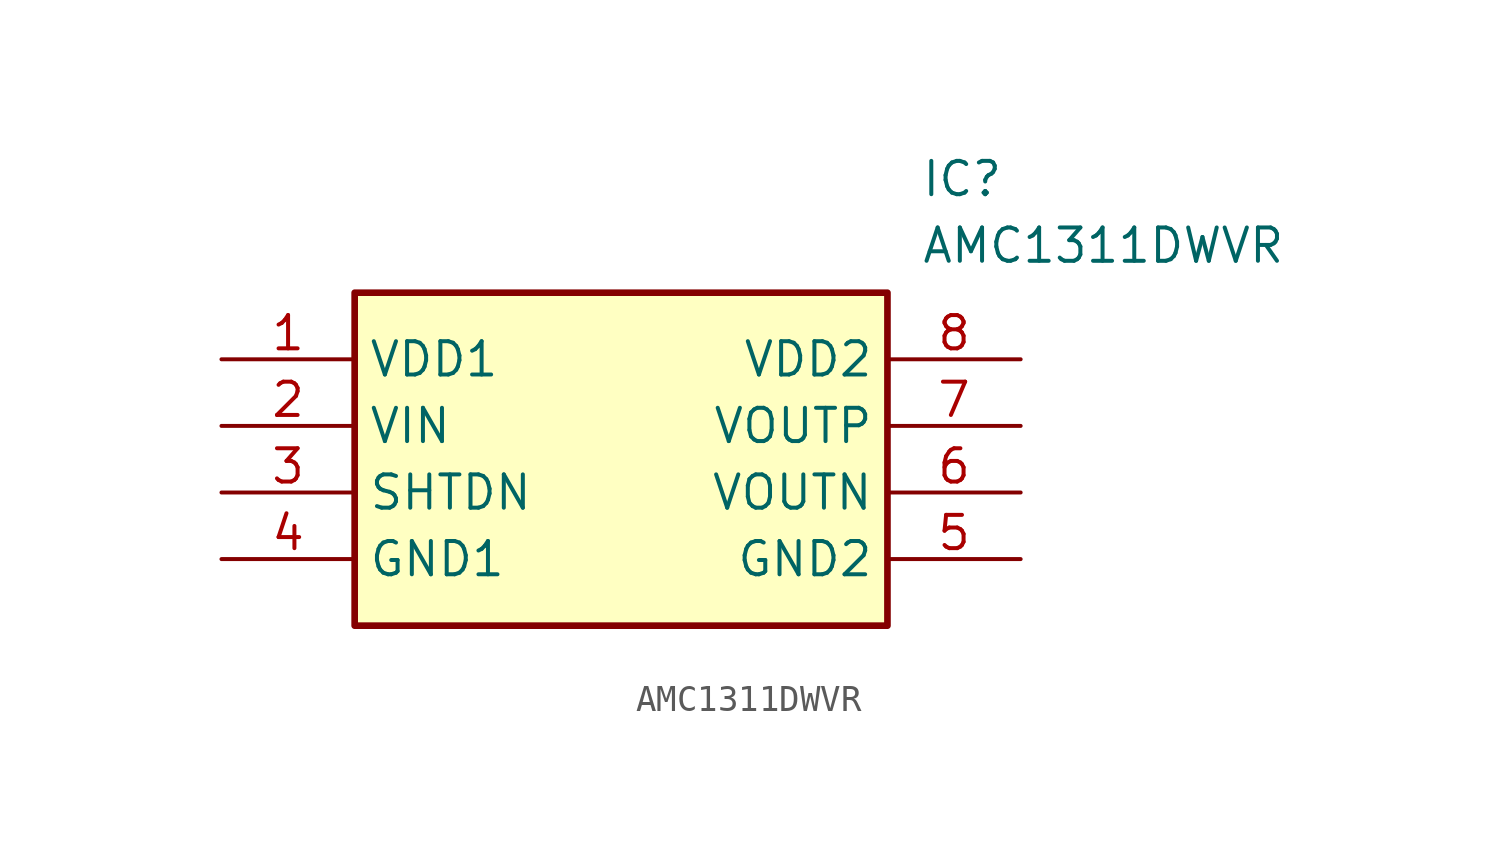
<source format=kicad_sym>
(kicad_symbol_lib
  (version 20211014)
  (generator SamacSys_ECAD_Model)
  (symbol "AMC1311DWVR"
    (property "Reference" "IC"
      (at 26.67 7.62 0)
      (effects (font (size 1.27 1.27)) (justify left top)))
    (property "Value" "AMC1311DWVR"
      (at 26.67 5.08 0)
      (effects (font (size 1.27 1.27)) (justify left top)))
    (rectangle
      (start 5.08 2.54)
      (end 25.4 -10.16)
      (stroke (width 0.254) (type default))
      (fill (type background)))
    (pin passive line
      (at 0 0 0)
      (length 5.08)
      (name "VDD1" (effects (font (size 1.27 1.27))))
      (number "1" (effects (font (size 1.27 1.27)))))
    (pin passive line
      (at 0 -2.54 0)
      (length 5.08)
      (name "VIN" (effects (font (size 1.27 1.27))))
      (number "2" (effects (font (size 1.27 1.27)))))
    (pin passive line
      (at 0 -5.08 0)
      (length 5.08)
      (name "SHTDN" (effects (font (size 1.27 1.27))))
      (number "3" (effects (font (size 1.27 1.27)))))
    (pin passive line
      (at 0 -7.62 0)
      (length 5.08)
      (name "GND1" (effects (font (size 1.27 1.27))))
      (number "4" (effects (font (size 1.27 1.27)))))
    (pin passive line
      (at 30.48 0 180)
      (length 5.08)
      (name "VDD2" (effects (font (size 1.27 1.27))))
      (number "8" (effects (font (size 1.27 1.27)))))
    (pin passive line
      (at 30.48 -2.54 180)
      (length 5.08)
      (name "VOUTP" (effects (font (size 1.27 1.27))))
      (number "7" (effects (font (size 1.27 1.27)))))
    (pin passive line
      (at 30.48 -5.08 180)
      (length 5.08)
      (name "VOUTN" (effects (font (size 1.27 1.27))))
      (number "6" (effects (font (size 1.27 1.27)))))
    (pin passive line
      (at 30.48 -7.62 180)
      (length 5.08)
      (name "GND2" (effects (font (size 1.27 1.27))))
      (number "5" (effects (font (size 1.27 1.27)))))))
</source>
